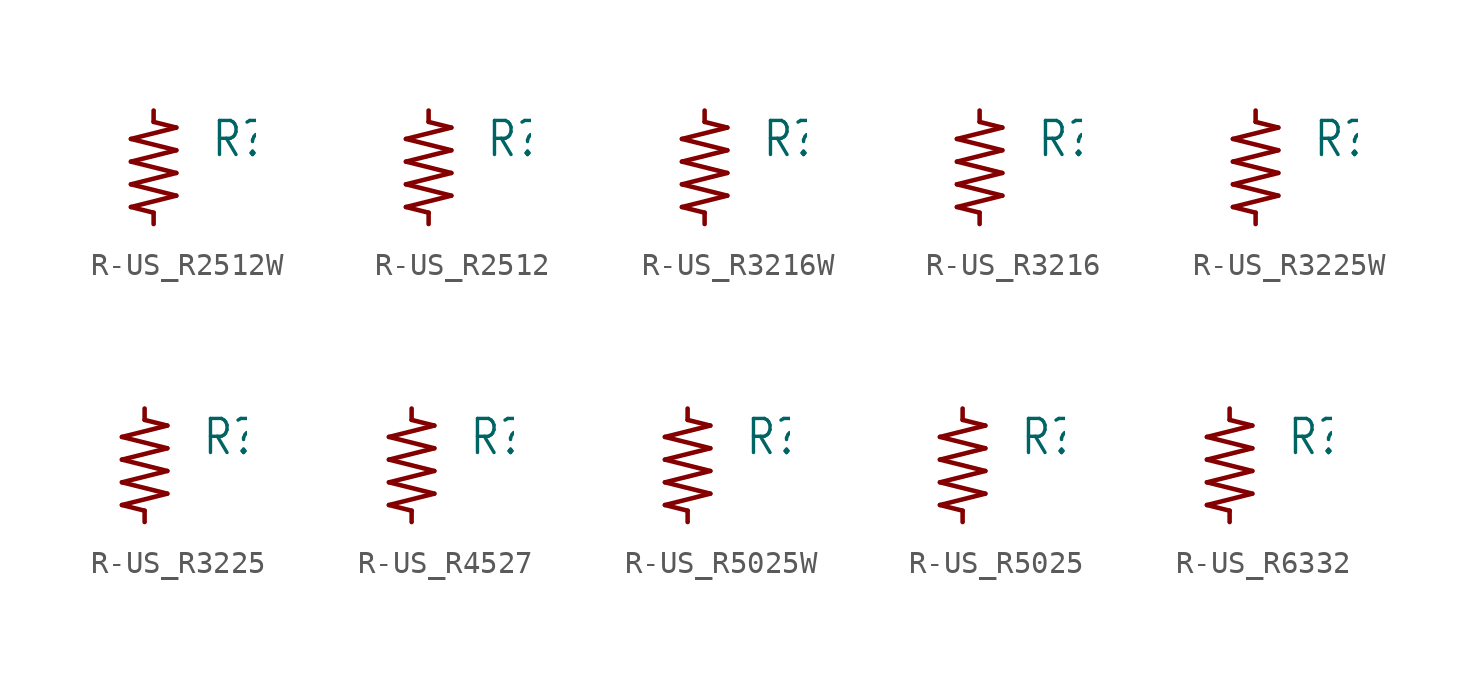
<source format=kicad_sym>
(kicad_symbol_lib
  (version 20220914)
  (generator kicad_symbol_editor)
  (symbol "R-US_R2512W"
    (property "Reference" "R"
      (at 2.54 1.27 0)
      (effects (font (size 1.524 1.295)) (justify left)))
    (property "Value" ""
      (at 2.54 -1.27 0)
      (effects (font (size 1.524 1.295)) (justify left)))
    (property "ki_locked" ""
      (at 0 0 0)
      (effects (font (size 1.27 1.27))))
    (symbol "R-US_R2512W_1_0"
      (polyline (pts (xy -1.016 -1.778) (xy 0 -2.032)) (stroke (width 0.203) (type solid)) (fill (type none)))
      (polyline (pts (xy -1.016 -0.762) (xy 1.016 -0.254)) (stroke (width 0.203) (type solid)) (fill (type none)))
      (polyline (pts (xy -1.016 0.254) (xy 1.016 0.762)) (stroke (width 0.203) (type solid)) (fill (type none)))
      (polyline (pts (xy -1.016 1.27) (xy 1.016 1.778)) (stroke (width 0.203) (type solid)) (fill (type none)))
      (polyline (pts (xy 0 -2.032) (xy 0 -2.54)) (stroke (width 0.203) (type solid)) (fill (type none)))
      (polyline (pts (xy 0 2.032) (xy 0 2.54)) (stroke (width 0.203) (type solid)) (fill (type none)))
      (polyline (pts (xy 1.016 -1.27) (xy -1.016 -1.778)) (stroke (width 0.203) (type solid)) (fill (type none)))
      (polyline (pts (xy 1.016 -1.27) (xy -1.016 -0.762)) (stroke (width 0.203) (type solid)) (fill (type none)))
      (polyline (pts (xy 1.016 -0.254) (xy -1.016 0.254)) (stroke (width 0.203) (type solid)) (fill (type none)))
      (polyline (pts (xy 1.016 0.762) (xy -1.016 1.27)) (stroke (width 0.203) (type solid)) (fill (type none)))
      (polyline (pts (xy 1.016 1.778) (xy 0 2.032)) (stroke (width 0.203) (type solid)) (fill (type none)))
      (pin passive line (at 0 -2.54 90) (length 0) (name "1" (effects (font (size 0 0)))) (number "1" (effects (font (size 0 0)))))
      (pin passive line (at 0 2.54 270) (length 0) (name "2" (effects (font (size 0 0)))) (number "2" (effects (font (size 0 0)))))))
  (symbol "R-US_R2512"
    (property "Reference" "R"
      (at 2.54 1.27 0)
      (effects (font (size 1.524 1.295)) (justify left)))
    (property "Value" ""
      (at 2.54 -1.27 0)
      (effects (font (size 1.524 1.295)) (justify left)))
    (property "ki_locked" ""
      (at 0 0 0)
      (effects (font (size 1.27 1.27))))
    (symbol "R-US_R2512_1_0"
      (polyline (pts (xy -1.016 -1.778) (xy 0 -2.032)) (stroke (width 0.203) (type solid)) (fill (type none)))
      (polyline (pts (xy -1.016 -0.762) (xy 1.016 -0.254)) (stroke (width 0.203) (type solid)) (fill (type none)))
      (polyline (pts (xy -1.016 0.254) (xy 1.016 0.762)) (stroke (width 0.203) (type solid)) (fill (type none)))
      (polyline (pts (xy -1.016 1.27) (xy 1.016 1.778)) (stroke (width 0.203) (type solid)) (fill (type none)))
      (polyline (pts (xy 0 -2.032) (xy 0 -2.54)) (stroke (width 0.203) (type solid)) (fill (type none)))
      (polyline (pts (xy 0 2.032) (xy 0 2.54)) (stroke (width 0.203) (type solid)) (fill (type none)))
      (polyline (pts (xy 1.016 -1.27) (xy -1.016 -1.778)) (stroke (width 0.203) (type solid)) (fill (type none)))
      (polyline (pts (xy 1.016 -1.27) (xy -1.016 -0.762)) (stroke (width 0.203) (type solid)) (fill (type none)))
      (polyline (pts (xy 1.016 -0.254) (xy -1.016 0.254)) (stroke (width 0.203) (type solid)) (fill (type none)))
      (polyline (pts (xy 1.016 0.762) (xy -1.016 1.27)) (stroke (width 0.203) (type solid)) (fill (type none)))
      (polyline (pts (xy 1.016 1.778) (xy 0 2.032)) (stroke (width 0.203) (type solid)) (fill (type none)))
      (pin passive line (at 0 -2.54 90) (length 0) (name "1" (effects (font (size 0 0)))) (number "1" (effects (font (size 0 0)))))
      (pin passive line (at 0 2.54 270) (length 0) (name "2" (effects (font (size 0 0)))) (number "2" (effects (font (size 0 0)))))))
  (symbol "R-US_R3216W"
    (property "Reference" "R"
      (at 2.54 1.27 0)
      (effects (font (size 1.524 1.295)) (justify left)))
    (property "Value" ""
      (at 2.54 -1.27 0)
      (effects (font (size 1.524 1.295)) (justify left)))
    (property "ki_locked" ""
      (at 0 0 0)
      (effects (font (size 1.27 1.27))))
    (symbol "R-US_R3216W_1_0"
      (polyline (pts (xy -1.016 -1.778) (xy 0 -2.032)) (stroke (width 0.203) (type solid)) (fill (type none)))
      (polyline (pts (xy -1.016 -0.762) (xy 1.016 -0.254)) (stroke (width 0.203) (type solid)) (fill (type none)))
      (polyline (pts (xy -1.016 0.254) (xy 1.016 0.762)) (stroke (width 0.203) (type solid)) (fill (type none)))
      (polyline (pts (xy -1.016 1.27) (xy 1.016 1.778)) (stroke (width 0.203) (type solid)) (fill (type none)))
      (polyline (pts (xy 0 -2.032) (xy 0 -2.54)) (stroke (width 0.203) (type solid)) (fill (type none)))
      (polyline (pts (xy 0 2.032) (xy 0 2.54)) (stroke (width 0.203) (type solid)) (fill (type none)))
      (polyline (pts (xy 1.016 -1.27) (xy -1.016 -1.778)) (stroke (width 0.203) (type solid)) (fill (type none)))
      (polyline (pts (xy 1.016 -1.27) (xy -1.016 -0.762)) (stroke (width 0.203) (type solid)) (fill (type none)))
      (polyline (pts (xy 1.016 -0.254) (xy -1.016 0.254)) (stroke (width 0.203) (type solid)) (fill (type none)))
      (polyline (pts (xy 1.016 0.762) (xy -1.016 1.27)) (stroke (width 0.203) (type solid)) (fill (type none)))
      (polyline (pts (xy 1.016 1.778) (xy 0 2.032)) (stroke (width 0.203) (type solid)) (fill (type none)))
      (pin passive line (at 0 -2.54 90) (length 0) (name "1" (effects (font (size 0 0)))) (number "1" (effects (font (size 0 0)))))
      (pin passive line (at 0 2.54 270) (length 0) (name "2" (effects (font (size 0 0)))) (number "2" (effects (font (size 0 0)))))))
  (symbol "R-US_R3216"
    (property "Reference" "R"
      (at 2.54 1.27 0)
      (effects (font (size 1.524 1.295)) (justify left)))
    (property "Value" ""
      (at 2.54 -1.27 0)
      (effects (font (size 1.524 1.295)) (justify left)))
    (property "ki_locked" ""
      (at 0 0 0)
      (effects (font (size 1.27 1.27))))
    (symbol "R-US_R3216_1_0"
      (polyline (pts (xy -1.016 -1.778) (xy 0 -2.032)) (stroke (width 0.203) (type solid)) (fill (type none)))
      (polyline (pts (xy -1.016 -0.762) (xy 1.016 -0.254)) (stroke (width 0.203) (type solid)) (fill (type none)))
      (polyline (pts (xy -1.016 0.254) (xy 1.016 0.762)) (stroke (width 0.203) (type solid)) (fill (type none)))
      (polyline (pts (xy -1.016 1.27) (xy 1.016 1.778)) (stroke (width 0.203) (type solid)) (fill (type none)))
      (polyline (pts (xy 0 -2.032) (xy 0 -2.54)) (stroke (width 0.203) (type solid)) (fill (type none)))
      (polyline (pts (xy 0 2.032) (xy 0 2.54)) (stroke (width 0.203) (type solid)) (fill (type none)))
      (polyline (pts (xy 1.016 -1.27) (xy -1.016 -1.778)) (stroke (width 0.203) (type solid)) (fill (type none)))
      (polyline (pts (xy 1.016 -1.27) (xy -1.016 -0.762)) (stroke (width 0.203) (type solid)) (fill (type none)))
      (polyline (pts (xy 1.016 -0.254) (xy -1.016 0.254)) (stroke (width 0.203) (type solid)) (fill (type none)))
      (polyline (pts (xy 1.016 0.762) (xy -1.016 1.27)) (stroke (width 0.203) (type solid)) (fill (type none)))
      (polyline (pts (xy 1.016 1.778) (xy 0 2.032)) (stroke (width 0.203) (type solid)) (fill (type none)))
      (pin passive line (at 0 -2.54 90) (length 0) (name "1" (effects (font (size 0 0)))) (number "1" (effects (font (size 0 0)))))
      (pin passive line (at 0 2.54 270) (length 0) (name "2" (effects (font (size 0 0)))) (number "2" (effects (font (size 0 0)))))))
  (symbol "R-US_R3225W"
    (property "Reference" "R"
      (at 2.54 1.27 0)
      (effects (font (size 1.524 1.295)) (justify left)))
    (property "Value" ""
      (at 2.54 -1.27 0)
      (effects (font (size 1.524 1.295)) (justify left)))
    (property "ki_locked" ""
      (at 0 0 0)
      (effects (font (size 1.27 1.27))))
    (symbol "R-US_R3225W_1_0"
      (polyline (pts (xy -1.016 -1.778) (xy 0 -2.032)) (stroke (width 0.203) (type solid)) (fill (type none)))
      (polyline (pts (xy -1.016 -0.762) (xy 1.016 -0.254)) (stroke (width 0.203) (type solid)) (fill (type none)))
      (polyline (pts (xy -1.016 0.254) (xy 1.016 0.762)) (stroke (width 0.203) (type solid)) (fill (type none)))
      (polyline (pts (xy -1.016 1.27) (xy 1.016 1.778)) (stroke (width 0.203) (type solid)) (fill (type none)))
      (polyline (pts (xy 0 -2.032) (xy 0 -2.54)) (stroke (width 0.203) (type solid)) (fill (type none)))
      (polyline (pts (xy 0 2.032) (xy 0 2.54)) (stroke (width 0.203) (type solid)) (fill (type none)))
      (polyline (pts (xy 1.016 -1.27) (xy -1.016 -1.778)) (stroke (width 0.203) (type solid)) (fill (type none)))
      (polyline (pts (xy 1.016 -1.27) (xy -1.016 -0.762)) (stroke (width 0.203) (type solid)) (fill (type none)))
      (polyline (pts (xy 1.016 -0.254) (xy -1.016 0.254)) (stroke (width 0.203) (type solid)) (fill (type none)))
      (polyline (pts (xy 1.016 0.762) (xy -1.016 1.27)) (stroke (width 0.203) (type solid)) (fill (type none)))
      (polyline (pts (xy 1.016 1.778) (xy 0 2.032)) (stroke (width 0.203) (type solid)) (fill (type none)))
      (pin passive line (at 0 -2.54 90) (length 0) (name "1" (effects (font (size 0 0)))) (number "1" (effects (font (size 0 0)))))
      (pin passive line (at 0 2.54 270) (length 0) (name "2" (effects (font (size 0 0)))) (number "2" (effects (font (size 0 0)))))))
  (symbol "R-US_R3225"
    (property "Reference" "R"
      (at 2.54 1.27 0)
      (effects (font (size 1.524 1.295)) (justify left)))
    (property "Value" ""
      (at 2.54 -1.27 0)
      (effects (font (size 1.524 1.295)) (justify left)))
    (property "ki_locked" ""
      (at 0 0 0)
      (effects (font (size 1.27 1.27))))
    (symbol "R-US_R3225_1_0"
      (polyline (pts (xy -1.016 -1.778) (xy 0 -2.032)) (stroke (width 0.203) (type solid)) (fill (type none)))
      (polyline (pts (xy -1.016 -0.762) (xy 1.016 -0.254)) (stroke (width 0.203) (type solid)) (fill (type none)))
      (polyline (pts (xy -1.016 0.254) (xy 1.016 0.762)) (stroke (width 0.203) (type solid)) (fill (type none)))
      (polyline (pts (xy -1.016 1.27) (xy 1.016 1.778)) (stroke (width 0.203) (type solid)) (fill (type none)))
      (polyline (pts (xy 0 -2.032) (xy 0 -2.54)) (stroke (width 0.203) (type solid)) (fill (type none)))
      (polyline (pts (xy 0 2.032) (xy 0 2.54)) (stroke (width 0.203) (type solid)) (fill (type none)))
      (polyline (pts (xy 1.016 -1.27) (xy -1.016 -1.778)) (stroke (width 0.203) (type solid)) (fill (type none)))
      (polyline (pts (xy 1.016 -1.27) (xy -1.016 -0.762)) (stroke (width 0.203) (type solid)) (fill (type none)))
      (polyline (pts (xy 1.016 -0.254) (xy -1.016 0.254)) (stroke (width 0.203) (type solid)) (fill (type none)))
      (polyline (pts (xy 1.016 0.762) (xy -1.016 1.27)) (stroke (width 0.203) (type solid)) (fill (type none)))
      (polyline (pts (xy 1.016 1.778) (xy 0 2.032)) (stroke (width 0.203) (type solid)) (fill (type none)))
      (pin passive line (at 0 -2.54 90) (length 0) (name "1" (effects (font (size 0 0)))) (number "1" (effects (font (size 0 0)))))
      (pin passive line (at 0 2.54 270) (length 0) (name "2" (effects (font (size 0 0)))) (number "2" (effects (font (size 0 0)))))))
  (symbol "R-US_R4527"
    (property "Reference" "R"
      (at 2.54 1.27 0)
      (effects (font (size 1.524 1.295)) (justify left)))
    (property "Value" ""
      (at 2.54 -1.27 0)
      (effects (font (size 1.524 1.295)) (justify left)))
    (property "ki_locked" ""
      (at 0 0 0)
      (effects (font (size 1.27 1.27))))
    (symbol "R-US_R4527_1_0"
      (polyline (pts (xy -1.016 -1.778) (xy 0 -2.032)) (stroke (width 0.203) (type solid)) (fill (type none)))
      (polyline (pts (xy -1.016 -0.762) (xy 1.016 -0.254)) (stroke (width 0.203) (type solid)) (fill (type none)))
      (polyline (pts (xy -1.016 0.254) (xy 1.016 0.762)) (stroke (width 0.203) (type solid)) (fill (type none)))
      (polyline (pts (xy -1.016 1.27) (xy 1.016 1.778)) (stroke (width 0.203) (type solid)) (fill (type none)))
      (polyline (pts (xy 0 -2.032) (xy 0 -2.54)) (stroke (width 0.203) (type solid)) (fill (type none)))
      (polyline (pts (xy 0 2.032) (xy 0 2.54)) (stroke (width 0.203) (type solid)) (fill (type none)))
      (polyline (pts (xy 1.016 -1.27) (xy -1.016 -1.778)) (stroke (width 0.203) (type solid)) (fill (type none)))
      (polyline (pts (xy 1.016 -1.27) (xy -1.016 -0.762)) (stroke (width 0.203) (type solid)) (fill (type none)))
      (polyline (pts (xy 1.016 -0.254) (xy -1.016 0.254)) (stroke (width 0.203) (type solid)) (fill (type none)))
      (polyline (pts (xy 1.016 0.762) (xy -1.016 1.27)) (stroke (width 0.203) (type solid)) (fill (type none)))
      (polyline (pts (xy 1.016 1.778) (xy 0 2.032)) (stroke (width 0.203) (type solid)) (fill (type none)))
      (pin passive line (at 0 -2.54 90) (length 0) (name "1" (effects (font (size 0 0)))) (number "1" (effects (font (size 0 0)))))
      (pin passive line (at 0 2.54 270) (length 0) (name "2" (effects (font (size 0 0)))) (number "2" (effects (font (size 0 0)))))))
  (symbol "R-US_R5025W"
    (property "Reference" "R"
      (at 2.54 1.27 0)
      (effects (font (size 1.524 1.295)) (justify left)))
    (property "Value" ""
      (at 2.54 -1.27 0)
      (effects (font (size 1.524 1.295)) (justify left)))
    (property "ki_locked" ""
      (at 0 0 0)
      (effects (font (size 1.27 1.27))))
    (symbol "R-US_R5025W_1_0"
      (polyline (pts (xy -1.016 -1.778) (xy 0 -2.032)) (stroke (width 0.203) (type solid)) (fill (type none)))
      (polyline (pts (xy -1.016 -0.762) (xy 1.016 -0.254)) (stroke (width 0.203) (type solid)) (fill (type none)))
      (polyline (pts (xy -1.016 0.254) (xy 1.016 0.762)) (stroke (width 0.203) (type solid)) (fill (type none)))
      (polyline (pts (xy -1.016 1.27) (xy 1.016 1.778)) (stroke (width 0.203) (type solid)) (fill (type none)))
      (polyline (pts (xy 0 -2.032) (xy 0 -2.54)) (stroke (width 0.203) (type solid)) (fill (type none)))
      (polyline (pts (xy 0 2.032) (xy 0 2.54)) (stroke (width 0.203) (type solid)) (fill (type none)))
      (polyline (pts (xy 1.016 -1.27) (xy -1.016 -1.778)) (stroke (width 0.203) (type solid)) (fill (type none)))
      (polyline (pts (xy 1.016 -1.27) (xy -1.016 -0.762)) (stroke (width 0.203) (type solid)) (fill (type none)))
      (polyline (pts (xy 1.016 -0.254) (xy -1.016 0.254)) (stroke (width 0.203) (type solid)) (fill (type none)))
      (polyline (pts (xy 1.016 0.762) (xy -1.016 1.27)) (stroke (width 0.203) (type solid)) (fill (type none)))
      (polyline (pts (xy 1.016 1.778) (xy 0 2.032)) (stroke (width 0.203) (type solid)) (fill (type none)))
      (pin passive line (at 0 -2.54 90) (length 0) (name "1" (effects (font (size 0 0)))) (number "1" (effects (font (size 0 0)))))
      (pin passive line (at 0 2.54 270) (length 0) (name "2" (effects (font (size 0 0)))) (number "2" (effects (font (size 0 0)))))))
  (symbol "R-US_R5025"
    (property "Reference" "R"
      (at 2.54 1.27 0)
      (effects (font (size 1.524 1.295)) (justify left)))
    (property "Value" ""
      (at 2.54 -1.27 0)
      (effects (font (size 1.524 1.295)) (justify left)))
    (property "ki_locked" ""
      (at 0 0 0)
      (effects (font (size 1.27 1.27))))
    (symbol "R-US_R5025_1_0"
      (polyline (pts (xy -1.016 -1.778) (xy 0 -2.032)) (stroke (width 0.203) (type solid)) (fill (type none)))
      (polyline (pts (xy -1.016 -0.762) (xy 1.016 -0.254)) (stroke (width 0.203) (type solid)) (fill (type none)))
      (polyline (pts (xy -1.016 0.254) (xy 1.016 0.762)) (stroke (width 0.203) (type solid)) (fill (type none)))
      (polyline (pts (xy -1.016 1.27) (xy 1.016 1.778)) (stroke (width 0.203) (type solid)) (fill (type none)))
      (polyline (pts (xy 0 -2.032) (xy 0 -2.54)) (stroke (width 0.203) (type solid)) (fill (type none)))
      (polyline (pts (xy 0 2.032) (xy 0 2.54)) (stroke (width 0.203) (type solid)) (fill (type none)))
      (polyline (pts (xy 1.016 -1.27) (xy -1.016 -1.778)) (stroke (width 0.203) (type solid)) (fill (type none)))
      (polyline (pts (xy 1.016 -1.27) (xy -1.016 -0.762)) (stroke (width 0.203) (type solid)) (fill (type none)))
      (polyline (pts (xy 1.016 -0.254) (xy -1.016 0.254)) (stroke (width 0.203) (type solid)) (fill (type none)))
      (polyline (pts (xy 1.016 0.762) (xy -1.016 1.27)) (stroke (width 0.203) (type solid)) (fill (type none)))
      (polyline (pts (xy 1.016 1.778) (xy 0 2.032)) (stroke (width 0.203) (type solid)) (fill (type none)))
      (pin passive line (at 0 -2.54 90) (length 0) (name "1" (effects (font (size 0 0)))) (number "1" (effects (font (size 0 0)))))
      (pin passive line (at 0 2.54 270) (length 0) (name "2" (effects (font (size 0 0)))) (number "2" (effects (font (size 0 0)))))))
  (symbol "R-US_R6332"
    (property "Reference" "R"
      (at 2.54 1.27 0)
      (effects (font (size 1.524 1.295)) (justify left)))
    (property "Value" ""
      (at 2.54 -1.27 0)
      (effects (font (size 1.524 1.295)) (justify left)))
    (property "ki_locked" ""
      (at 0 0 0)
      (effects (font (size 1.27 1.27))))
    (symbol "R-US_R6332_1_0"
      (polyline (pts (xy -1.016 -1.778) (xy 0 -2.032)) (stroke (width 0.203) (type solid)) (fill (type none)))
      (polyline (pts (xy -1.016 -0.762) (xy 1.016 -0.254)) (stroke (width 0.203) (type solid)) (fill (type none)))
      (polyline (pts (xy -1.016 0.254) (xy 1.016 0.762)) (stroke (width 0.203) (type solid)) (fill (type none)))
      (polyline (pts (xy -1.016 1.27) (xy 1.016 1.778)) (stroke (width 0.203) (type solid)) (fill (type none)))
      (polyline (pts (xy 0 -2.032) (xy 0 -2.54)) (stroke (width 0.203) (type solid)) (fill (type none)))
      (polyline (pts (xy 0 2.032) (xy 0 2.54)) (stroke (width 0.203) (type solid)) (fill (type none)))
      (polyline (pts (xy 1.016 -1.27) (xy -1.016 -1.778)) (stroke (width 0.203) (type solid)) (fill (type none)))
      (polyline (pts (xy 1.016 -1.27) (xy -1.016 -0.762)) (stroke (width 0.203) (type solid)) (fill (type none)))
      (polyline (pts (xy 1.016 -0.254) (xy -1.016 0.254)) (stroke (width 0.203) (type solid)) (fill (type none)))
      (polyline (pts (xy 1.016 0.762) (xy -1.016 1.27)) (stroke (width 0.203) (type solid)) (fill (type none)))
      (polyline (pts (xy 1.016 1.778) (xy 0 2.032)) (stroke (width 0.203) (type solid)) (fill (type none)))
      (pin passive line (at 0 -2.54 90) (length 0) (name "1" (effects (font (size 0 0)))) (number "1" (effects (font (size 0 0)))))
      (pin passive line (at 0 2.54 270) (length 0) (name "2" (effects (font (size 0 0)))) (number "2" (effects (font (size 0 0))))))))
</source>
